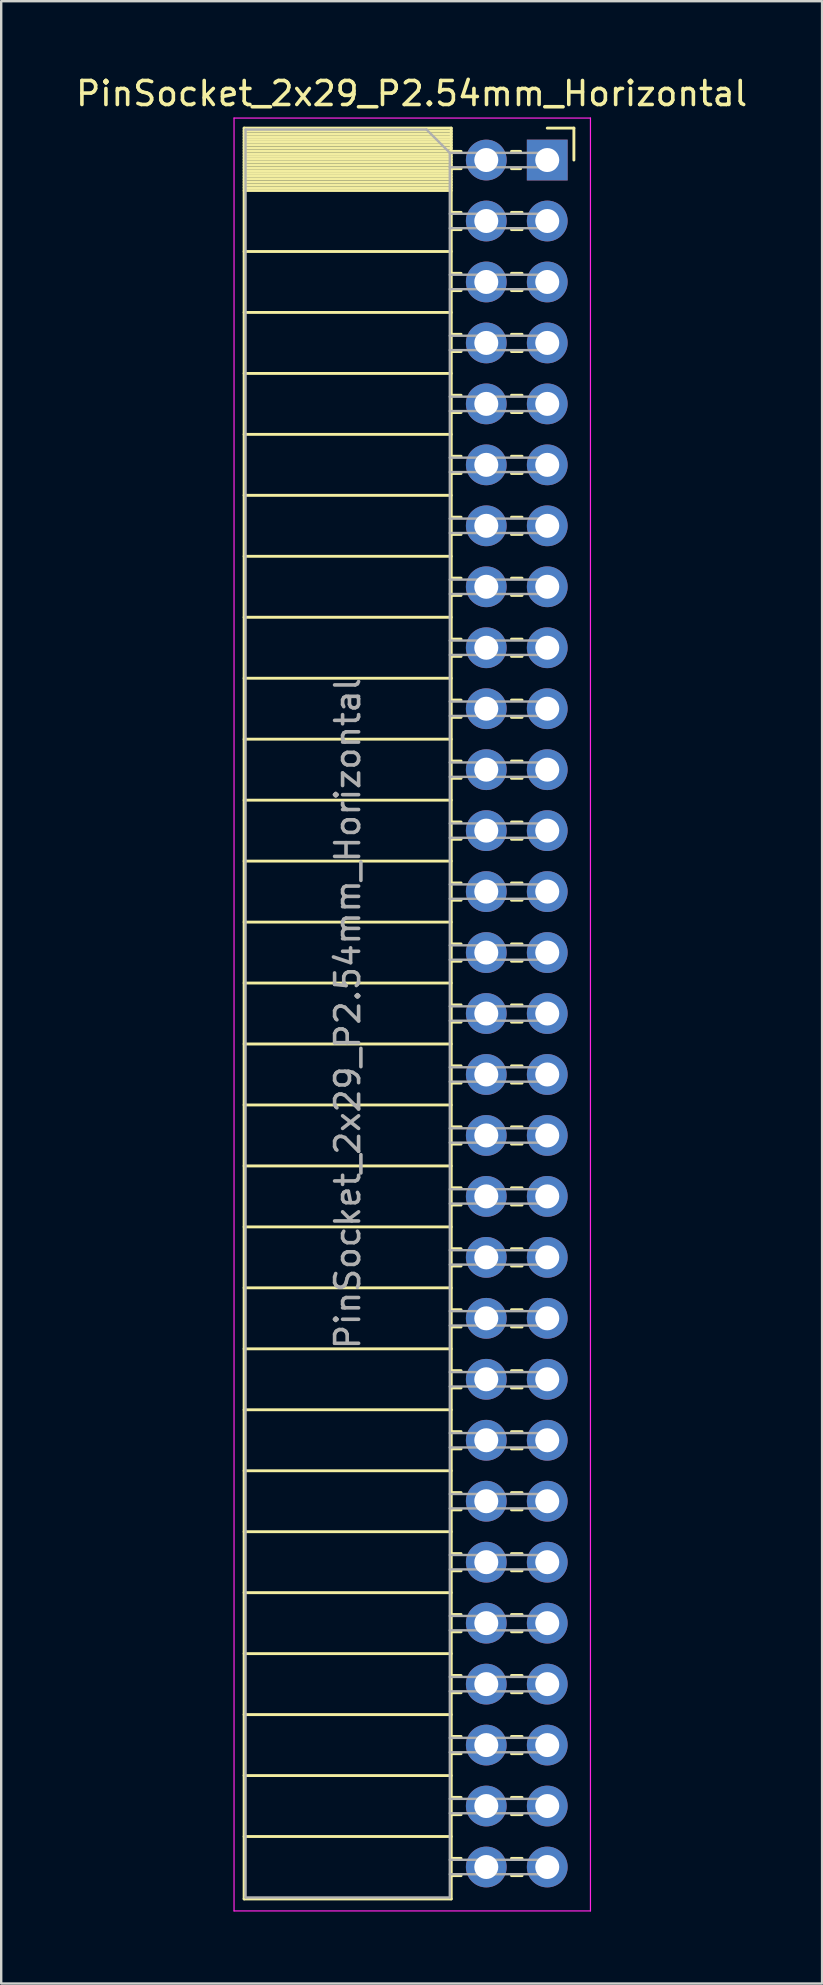
<source format=kicad_pcb>
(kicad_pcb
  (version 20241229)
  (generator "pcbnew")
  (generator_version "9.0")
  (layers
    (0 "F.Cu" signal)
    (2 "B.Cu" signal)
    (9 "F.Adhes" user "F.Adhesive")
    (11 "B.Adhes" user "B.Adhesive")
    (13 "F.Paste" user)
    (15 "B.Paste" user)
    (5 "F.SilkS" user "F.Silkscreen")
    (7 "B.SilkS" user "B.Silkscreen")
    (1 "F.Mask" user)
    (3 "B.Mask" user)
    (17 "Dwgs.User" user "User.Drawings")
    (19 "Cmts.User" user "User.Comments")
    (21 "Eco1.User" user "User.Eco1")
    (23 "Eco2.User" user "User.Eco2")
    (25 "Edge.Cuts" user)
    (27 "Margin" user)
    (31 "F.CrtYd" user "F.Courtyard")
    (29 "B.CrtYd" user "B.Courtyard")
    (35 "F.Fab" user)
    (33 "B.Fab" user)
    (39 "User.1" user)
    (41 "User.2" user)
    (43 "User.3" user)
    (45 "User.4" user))
  (footprint "PinSocket_2x29_P2.54mm_Horizontal"
    (layer "F.Cu")
    (at 19.751 3.618)
    (property "Reference" "PinSocket_2x29_P2.54mm_Horizontal" (at -5.65 -2.77 0) (layer "F.SilkS") (effects (font (size 1 1) (thickness 0.15))))
    (attr through_hole)
    (fp_line (start -12.63 -1.33) (end -12.63 72.45) (stroke (width 0.12) (type solid)) (layer "F.SilkS"))
    (fp_line (start -12.63 -1.33) (end -4 -1.33) (stroke (width 0.12) (type solid)) (layer "F.SilkS"))
    (fp_line (start -12.63 -1.21) (end -4 -1.21) (stroke (width 0.12) (type solid)) (layer "F.SilkS"))
    (fp_line (start -12.63 -1.092) (end -4 -1.092) (stroke (width 0.12) (type solid)) (layer "F.SilkS"))
    (fp_line (start -12.63 -0.974) (end -4 -0.974) (stroke (width 0.12) (type solid)) (layer "F.SilkS"))
    (fp_line (start -12.63 -0.856) (end -4 -0.856) (stroke (width 0.12) (type solid)) (layer "F.SilkS"))
    (fp_line (start -12.63 -0.738) (end -4 -0.738) (stroke (width 0.12) (type solid)) (layer "F.SilkS"))
    (fp_line (start -12.63 -0.62) (end -4 -0.62) (stroke (width 0.12) (type solid)) (layer "F.SilkS"))
    (fp_line (start -12.63 -0.501) (end -4 -0.501) (stroke (width 0.12) (type solid)) (layer "F.SilkS"))
    (fp_line (start -12.63 -0.383) (end -4 -0.383) (stroke (width 0.12) (type solid)) (layer "F.SilkS"))
    (fp_line (start -12.63 -0.265) (end -4 -0.265) (stroke (width 0.12) (type solid)) (layer "F.SilkS"))
    (fp_line (start -12.63 -0.147) (end -4 -0.147) (stroke (width 0.12) (type solid)) (layer "F.SilkS"))
    (fp_line (start -12.63 -0.029) (end -4 -0.029) (stroke (width 0.12) (type solid)) (layer "F.SilkS"))
    (fp_line (start -12.63 0.089) (end -4 0.089) (stroke (width 0.12) (type solid)) (layer "F.SilkS"))
    (fp_line (start -12.63 0.207) (end -4 0.207) (stroke (width 0.12) (type solid)) (layer "F.SilkS"))
    (fp_line (start -12.63 0.325) (end -4 0.325) (stroke (width 0.12) (type solid)) (layer "F.SilkS"))
    (fp_line (start -12.63 0.443) (end -4 0.443) (stroke (width 0.12) (type solid)) (layer "F.SilkS"))
    (fp_line (start -12.63 0.561) (end -4 0.561) (stroke (width 0.12) (type solid)) (layer "F.SilkS"))
    (fp_line (start -12.63 0.68) (end -4 0.68) (stroke (width 0.12) (type solid)) (layer "F.SilkS"))
    (fp_line (start -12.63 0.798) (end -4 0.798) (stroke (width 0.12) (type solid)) (layer "F.SilkS"))
    (fp_line (start -12.63 0.916) (end -4 0.916) (stroke (width 0.12) (type solid)) (layer "F.SilkS"))
    (fp_line (start -12.63 1.034) (end -4 1.034) (stroke (width 0.12) (type solid)) (layer "F.SilkS"))
    (fp_line (start -12.63 1.152) (end -4 1.152) (stroke (width 0.12) (type solid)) (layer "F.SilkS"))
    (fp_line (start -12.63 1.27) (end -4 1.27) (stroke (width 0.12) (type solid)) (layer "F.SilkS"))
    (fp_line (start -12.63 3.81) (end -4 3.81) (stroke (width 0.12) (type solid)) (layer "F.SilkS"))
    (fp_line (start -12.63 6.35) (end -4 6.35) (stroke (width 0.12) (type solid)) (layer "F.SilkS"))
    (fp_line (start -12.63 8.89) (end -4 8.89) (stroke (width 0.12) (type solid)) (layer "F.SilkS"))
    (fp_line (start -12.63 11.43) (end -4 11.43) (stroke (width 0.12) (type solid)) (layer "F.SilkS"))
    (fp_line (start -12.63 13.97) (end -4 13.97) (stroke (width 0.12) (type solid)) (layer "F.SilkS"))
    (fp_line (start -12.63 16.51) (end -4 16.51) (stroke (width 0.12) (type solid)) (layer "F.SilkS"))
    (fp_line (start -12.63 19.05) (end -4 19.05) (stroke (width 0.12) (type solid)) (layer "F.SilkS"))
    (fp_line (start -12.63 21.59) (end -4 21.59) (stroke (width 0.12) (type solid)) (layer "F.SilkS"))
    (fp_line (start -12.63 24.13) (end -4 24.13) (stroke (width 0.12) (type solid)) (layer "F.SilkS"))
    (fp_line (start -12.63 26.67) (end -4 26.67) (stroke (width 0.12) (type solid)) (layer "F.SilkS"))
    (fp_line (start -12.63 29.21) (end -4 29.21) (stroke (width 0.12) (type solid)) (layer "F.SilkS"))
    (fp_line (start -12.63 31.75) (end -4 31.75) (stroke (width 0.12) (type solid)) (layer "F.SilkS"))
    (fp_line (start -12.63 34.29) (end -4 34.29) (stroke (width 0.12) (type solid)) (layer "F.SilkS"))
    (fp_line (start -12.63 36.83) (end -4 36.83) (stroke (width 0.12) (type solid)) (layer "F.SilkS"))
    (fp_line (start -12.63 39.37) (end -4 39.37) (stroke (width 0.12) (type solid)) (layer "F.SilkS"))
    (fp_line (start -12.63 41.91) (end -4 41.91) (stroke (width 0.12) (type solid)) (layer "F.SilkS"))
    (fp_line (start -12.63 44.45) (end -4 44.45) (stroke (width 0.12) (type solid)) (layer "F.SilkS"))
    (fp_line (start -12.63 46.99) (end -4 46.99) (stroke (width 0.12) (type solid)) (layer "F.SilkS"))
    (fp_line (start -12.63 49.53) (end -4 49.53) (stroke (width 0.12) (type solid)) (layer "F.SilkS"))
    (fp_line (start -12.63 52.07) (end -4 52.07) (stroke (width 0.12) (type solid)) (layer "F.SilkS"))
    (fp_line (start -12.63 54.61) (end -4 54.61) (stroke (width 0.12) (type solid)) (layer "F.SilkS"))
    (fp_line (start -12.63 57.15) (end -4 57.15) (stroke (width 0.12) (type solid)) (layer "F.SilkS"))
    (fp_line (start -12.63 59.69) (end -4 59.69) (stroke (width 0.12) (type solid)) (layer "F.SilkS"))
    (fp_line (start -12.63 62.23) (end -4 62.23) (stroke (width 0.12) (type solid)) (layer "F.SilkS"))
    (fp_line (start -12.63 64.77) (end -4 64.77) (stroke (width 0.12) (type solid)) (layer "F.SilkS"))
    (fp_line (start -12.63 67.31) (end -4 67.31) (stroke (width 0.12) (type solid)) (layer "F.SilkS"))
    (fp_line (start -12.63 69.85) (end -4 69.85) (stroke (width 0.12) (type solid)) (layer "F.SilkS"))
    (fp_line (start -12.63 72.45) (end -4 72.45) (stroke (width 0.12) (type solid)) (layer "F.SilkS"))
    (fp_line (start -4 -1.33) (end -4 72.45) (stroke (width 0.12) (type solid)) (layer "F.SilkS"))
    (fp_line (start -4 -0.36) (end -3.59 -0.36) (stroke (width 0.12) (type solid)) (layer "F.SilkS"))
    (fp_line (start -4 0.36) (end -3.59 0.36) (stroke (width 0.12) (type solid)) (layer "F.SilkS"))
    (fp_line (start -4 2.18) (end -3.59 2.18) (stroke (width 0.12) (type solid)) (layer "F.SilkS"))
    (fp_line (start -4 2.9) (end -3.59 2.9) (stroke (width 0.12) (type solid)) (layer "F.SilkS"))
    (fp_line (start -4 4.72) (end -3.59 4.72) (stroke (width 0.12) (type solid)) (layer "F.SilkS"))
    (fp_line (start -4 5.44) (end -3.59 5.44) (stroke (width 0.12) (type solid)) (layer "F.SilkS"))
    (fp_line (start -4 7.26) (end -3.59 7.26) (stroke (width 0.12) (type solid)) (layer "F.SilkS"))
    (fp_line (start -4 7.98) (end -3.59 7.98) (stroke (width 0.12) (type solid)) (layer "F.SilkS"))
    (fp_line (start -4 9.8) (end -3.59 9.8) (stroke (width 0.12) (type solid)) (layer "F.SilkS"))
    (fp_line (start -4 10.52) (end -3.59 10.52) (stroke (width 0.12) (type solid)) (layer "F.SilkS"))
    (fp_line (start -4 12.34) (end -3.59 12.34) (stroke (width 0.12) (type solid)) (layer "F.SilkS"))
    (fp_line (start -4 13.06) (end -3.59 13.06) (stroke (width 0.12) (type solid)) (layer "F.SilkS"))
    (fp_line (start -4 14.88) (end -3.59 14.88) (stroke (width 0.12) (type solid)) (layer "F.SilkS"))
    (fp_line (start -4 15.6) (end -3.59 15.6) (stroke (width 0.12) (type solid)) (layer "F.SilkS"))
    (fp_line (start -4 17.42) (end -3.59 17.42) (stroke (width 0.12) (type solid)) (layer "F.SilkS"))
    (fp_line (start -4 18.14) (end -3.59 18.14) (stroke (width 0.12) (type solid)) (layer "F.SilkS"))
    (fp_line (start -4 19.96) (end -3.59 19.96) (stroke (width 0.12) (type solid)) (layer "F.SilkS"))
    (fp_line (start -4 20.68) (end -3.59 20.68) (stroke (width 0.12) (type solid)) (layer "F.SilkS"))
    (fp_line (start -4 22.5) (end -3.59 22.5) (stroke (width 0.12) (type solid)) (layer "F.SilkS"))
    (fp_line (start -4 23.22) (end -3.59 23.22) (stroke (width 0.12) (type solid)) (layer "F.SilkS"))
    (fp_line (start -4 25.04) (end -3.59 25.04) (stroke (width 0.12) (type solid)) (layer "F.SilkS"))
    (fp_line (start -4 25.76) (end -3.59 25.76) (stroke (width 0.12) (type solid)) (layer "F.SilkS"))
    (fp_line (start -4 27.58) (end -3.59 27.58) (stroke (width 0.12) (type solid)) (layer "F.SilkS"))
    (fp_line (start -4 28.3) (end -3.59 28.3) (stroke (width 0.12) (type solid)) (layer "F.SilkS"))
    (fp_line (start -4 30.12) (end -3.59 30.12) (stroke (width 0.12) (type solid)) (layer "F.SilkS"))
    (fp_line (start -4 30.84) (end -3.59 30.84) (stroke (width 0.12) (type solid)) (layer "F.SilkS"))
    (fp_line (start -4 32.66) (end -3.59 32.66) (stroke (width 0.12) (type solid)) (layer "F.SilkS"))
    (fp_line (start -4 33.38) (end -3.59 33.38) (stroke (width 0.12) (type solid)) (layer "F.SilkS"))
    (fp_line (start -4 35.2) (end -3.59 35.2) (stroke (width 0.12) (type solid)) (layer "F.SilkS"))
    (fp_line (start -4 35.92) (end -3.59 35.92) (stroke (width 0.12) (type solid)) (layer "F.SilkS"))
    (fp_line (start -4 37.74) (end -3.59 37.74) (stroke (width 0.12) (type solid)) (layer "F.SilkS"))
    (fp_line (start -4 38.46) (end -3.59 38.46) (stroke (width 0.12) (type solid)) (layer "F.SilkS"))
    (fp_line (start -4 40.28) (end -3.59 40.28) (stroke (width 0.12) (type solid)) (layer "F.SilkS"))
    (fp_line (start -4 41) (end -3.59 41) (stroke (width 0.12) (type solid)) (layer "F.SilkS"))
    (fp_line (start -4 42.82) (end -3.59 42.82) (stroke (width 0.12) (type solid)) (layer "F.SilkS"))
    (fp_line (start -4 43.54) (end -3.59 43.54) (stroke (width 0.12) (type solid)) (layer "F.SilkS"))
    (fp_line (start -4 45.36) (end -3.59 45.36) (stroke (width 0.12) (type solid)) (layer "F.SilkS"))
    (fp_line (start -4 46.08) (end -3.59 46.08) (stroke (width 0.12) (type solid)) (layer "F.SilkS"))
    (fp_line (start -4 47.9) (end -3.59 47.9) (stroke (width 0.12) (type solid)) (layer "F.SilkS"))
    (fp_line (start -4 48.62) (end -3.59 48.62) (stroke (width 0.12) (type solid)) (layer "F.SilkS"))
    (fp_line (start -4 50.44) (end -3.59 50.44) (stroke (width 0.12) (type solid)) (layer "F.SilkS"))
    (fp_line (start -4 51.16) (end -3.59 51.16) (stroke (width 0.12) (type solid)) (layer "F.SilkS"))
    (fp_line (start -4 52.98) (end -3.59 52.98) (stroke (width 0.12) (type solid)) (layer "F.SilkS"))
    (fp_line (start -4 53.7) (end -3.59 53.7) (stroke (width 0.12) (type solid)) (layer "F.SilkS"))
    (fp_line (start -4 55.52) (end -3.59 55.52) (stroke (width 0.12) (type solid)) (layer "F.SilkS"))
    (fp_line (start -4 56.24) (end -3.59 56.24) (stroke (width 0.12) (type solid)) (layer "F.SilkS"))
    (fp_line (start -4 58.06) (end -3.59 58.06) (stroke (width 0.12) (type solid)) (layer "F.SilkS"))
    (fp_line (start -4 58.78) (end -3.59 58.78) (stroke (width 0.12) (type solid)) (layer "F.SilkS"))
    (fp_line (start -4 60.6) (end -3.59 60.6) (stroke (width 0.12) (type solid)) (layer "F.SilkS"))
    (fp_line (start -4 61.32) (end -3.59 61.32) (stroke (width 0.12) (type solid)) (layer "F.SilkS"))
    (fp_line (start -4 63.14) (end -3.59 63.14) (stroke (width 0.12) (type solid)) (layer "F.SilkS"))
    (fp_line (start -4 63.86) (end -3.59 63.86) (stroke (width 0.12) (type solid)) (layer "F.SilkS"))
    (fp_line (start -4 65.68) (end -3.59 65.68) (stroke (width 0.12) (type solid)) (layer "F.SilkS"))
    (fp_line (start -4 66.4) (end -3.59 66.4) (stroke (width 0.12) (type solid)) (layer "F.SilkS"))
    (fp_line (start -4 68.22) (end -3.59 68.22) (stroke (width 0.12) (type solid)) (layer "F.SilkS"))
    (fp_line (start -4 68.94) (end -3.59 68.94) (stroke (width 0.12) (type solid)) (layer "F.SilkS"))
    (fp_line (start -4 70.76) (end -3.59 70.76) (stroke (width 0.12) (type solid)) (layer "F.SilkS"))
    (fp_line (start -4 71.48) (end -3.59 71.48) (stroke (width 0.12) (type solid)) (layer "F.SilkS"))
    (fp_line (start -1.49 -0.36) (end -1.11 -0.36) (stroke (width 0.12) (type solid)) (layer "F.SilkS"))
    (fp_line (start -1.49 0.36) (end -1.11 0.36) (stroke (width 0.12) (type solid)) (layer "F.SilkS"))
    (fp_line (start -1.49 2.18) (end -1.05 2.18) (stroke (width 0.12) (type solid)) (layer "F.SilkS"))
    (fp_line (start -1.49 2.9) (end -1.05 2.9) (stroke (width 0.12) (type solid)) (layer "F.SilkS"))
    (fp_line (start -1.49 4.72) (end -1.05 4.72) (stroke (width 0.12) (type solid)) (layer "F.SilkS"))
    (fp_line (start -1.49 5.44) (end -1.05 5.44) (stroke (width 0.12) (type solid)) (layer "F.SilkS"))
    (fp_line (start -1.49 7.26) (end -1.05 7.26) (stroke (width 0.12) (type solid)) (layer "F.SilkS"))
    (fp_line (start -1.49 7.98) (end -1.05 7.98) (stroke (width 0.12) (type solid)) (layer "F.SilkS"))
    (fp_line (start -1.49 9.8) (end -1.05 9.8) (stroke (width 0.12) (type solid)) (layer "F.SilkS"))
    (fp_line (start -1.49 10.52) (end -1.05 10.52) (stroke (width 0.12) (type solid)) (layer "F.SilkS"))
    (fp_line (start -1.49 12.34) (end -1.05 12.34) (stroke (width 0.12) (type solid)) (layer "F.SilkS"))
    (fp_line (start -1.49 13.06) (end -1.05 13.06) (stroke (width 0.12) (type solid)) (layer "F.SilkS"))
    (fp_line (start -1.49 14.88) (end -1.05 14.88) (stroke (width 0.12) (type solid)) (layer "F.SilkS"))
    (fp_line (start -1.49 15.6) (end -1.05 15.6) (stroke (width 0.12) (type solid)) (layer "F.SilkS"))
    (fp_line (start -1.49 17.42) (end -1.05 17.42) (stroke (width 0.12) (type solid)) (layer "F.SilkS"))
    (fp_line (start -1.49 18.14) (end -1.05 18.14) (stroke (width 0.12) (type solid)) (layer "F.SilkS"))
    (fp_line (start -1.49 19.96) (end -1.05 19.96) (stroke (width 0.12) (type solid)) (layer "F.SilkS"))
    (fp_line (start -1.49 20.68) (end -1.05 20.68) (stroke (width 0.12) (type solid)) (layer "F.SilkS"))
    (fp_line (start -1.49 22.5) (end -1.05 22.5) (stroke (width 0.12) (type solid)) (layer "F.SilkS"))
    (fp_line (start -1.49 23.22) (end -1.05 23.22) (stroke (width 0.12) (type solid)) (layer "F.SilkS"))
    (fp_line (start -1.49 25.04) (end -1.05 25.04) (stroke (width 0.12) (type solid)) (layer "F.SilkS"))
    (fp_line (start -1.49 25.76) (end -1.05 25.76) (stroke (width 0.12) (type solid)) (layer "F.SilkS"))
    (fp_line (start -1.49 27.58) (end -1.05 27.58) (stroke (width 0.12) (type solid)) (layer "F.SilkS"))
    (fp_line (start -1.49 28.3) (end -1.05 28.3) (stroke (width 0.12) (type solid)) (layer "F.SilkS"))
    (fp_line (start -1.49 30.12) (end -1.05 30.12) (stroke (width 0.12) (type solid)) (layer "F.SilkS"))
    (fp_line (start -1.49 30.84) (end -1.05 30.84) (stroke (width 0.12) (type solid)) (layer "F.SilkS"))
    (fp_line (start -1.49 32.66) (end -1.05 32.66) (stroke (width 0.12) (type solid)) (layer "F.SilkS"))
    (fp_line (start -1.49 33.38) (end -1.05 33.38) (stroke (width 0.12) (type solid)) (layer "F.SilkS"))
    (fp_line (start -1.49 35.2) (end -1.05 35.2) (stroke (width 0.12) (type solid)) (layer "F.SilkS"))
    (fp_line (start -1.49 35.92) (end -1.05 35.92) (stroke (width 0.12) (type solid)) (layer "F.SilkS"))
    (fp_line (start -1.49 37.74) (end -1.05 37.74) (stroke (width 0.12) (type solid)) (layer "F.SilkS"))
    (fp_line (start -1.49 38.46) (end -1.05 38.46) (stroke (width 0.12) (type solid)) (layer "F.SilkS"))
    (fp_line (start -1.49 40.28) (end -1.05 40.28) (stroke (width 0.12) (type solid)) (layer "F.SilkS"))
    (fp_line (start -1.49 41) (end -1.05 41) (stroke (width 0.12) (type solid)) (layer "F.SilkS"))
    (fp_line (start -1.49 42.82) (end -1.05 42.82) (stroke (width 0.12) (type solid)) (layer "F.SilkS"))
    (fp_line (start -1.49 43.54) (end -1.05 43.54) (stroke (width 0.12) (type solid)) (layer "F.SilkS"))
    (fp_line (start -1.49 45.36) (end -1.05 45.36) (stroke (width 0.12) (type solid)) (layer "F.SilkS"))
    (fp_line (start -1.49 46.08) (end -1.05 46.08) (stroke (width 0.12) (type solid)) (layer "F.SilkS"))
    (fp_line (start -1.49 47.9) (end -1.05 47.9) (stroke (width 0.12) (type solid)) (layer "F.SilkS"))
    (fp_line (start -1.49 48.62) (end -1.05 48.62) (stroke (width 0.12) (type solid)) (layer "F.SilkS"))
    (fp_line (start -1.49 50.44) (end -1.05 50.44) (stroke (width 0.12) (type solid)) (layer "F.SilkS"))
    (fp_line (start -1.49 51.16) (end -1.05 51.16) (stroke (width 0.12) (type solid)) (layer "F.SilkS"))
    (fp_line (start -1.49 52.98) (end -1.05 52.98) (stroke (width 0.12) (type solid)) (layer "F.SilkS"))
    (fp_line (start -1.49 53.7) (end -1.05 53.7) (stroke (width 0.12) (type solid)) (layer "F.SilkS"))
    (fp_line (start -1.49 55.52) (end -1.05 55.52) (stroke (width 0.12) (type solid)) (layer "F.SilkS"))
    (fp_line (start -1.49 56.24) (end -1.05 56.24) (stroke (width 0.12) (type solid)) (layer "F.SilkS"))
    (fp_line (start -1.49 58.06) (end -1.05 58.06) (stroke (width 0.12) (type solid)) (layer "F.SilkS"))
    (fp_line (start -1.49 58.78) (end -1.05 58.78) (stroke (width 0.12) (type solid)) (layer "F.SilkS"))
    (fp_line (start -1.49 60.6) (end -1.05 60.6) (stroke (width 0.12) (type solid)) (layer "F.SilkS"))
    (fp_line (start -1.49 61.32) (end -1.05 61.32) (stroke (width 0.12) (type solid)) (layer "F.SilkS"))
    (fp_line (start -1.49 63.14) (end -1.05 63.14) (stroke (width 0.12) (type solid)) (layer "F.SilkS"))
    (fp_line (start -1.49 63.86) (end -1.05 63.86) (stroke (width 0.12) (type solid)) (layer "F.SilkS"))
    (fp_line (start -1.49 65.68) (end -1.05 65.68) (stroke (width 0.12) (type solid)) (layer "F.SilkS"))
    (fp_line (start -1.49 66.4) (end -1.05 66.4) (stroke (width 0.12) (type solid)) (layer "F.SilkS"))
    (fp_line (start -1.49 68.22) (end -1.05 68.22) (stroke (width 0.12) (type solid)) (layer "F.SilkS"))
    (fp_line (start -1.49 68.94) (end -1.05 68.94) (stroke (width 0.12) (type solid)) (layer "F.SilkS"))
    (fp_line (start -1.49 70.76) (end -1.05 70.76) (stroke (width 0.12) (type solid)) (layer "F.SilkS"))
    (fp_line (start -1.49 71.48) (end -1.05 71.48) (stroke (width 0.12) (type solid)) (layer "F.SilkS"))
    (fp_line (start 0 -1.33) (end 1.11 -1.33) (stroke (width 0.12) (type solid)) (layer "F.SilkS"))
    (fp_line (start 1.11 -1.33) (end 1.11 0) (stroke (width 0.12) (type solid)) (layer "F.SilkS"))
    (fp_line (start -13.05 -1.75) (end -13.05 72.95) (stroke (width 0.05) (type solid)) (layer "F.CrtYd"))
    (fp_line (start -13.05 72.95) (end 1.8 72.95) (stroke (width 0.05) (type solid)) (layer "F.CrtYd"))
    (fp_line (start 1.8 -1.75) (end -13.05 -1.75) (stroke (width 0.05) (type solid)) (layer "F.CrtYd"))
    (fp_line (start 1.8 72.95) (end 1.8 -1.75) (stroke (width 0.05) (type solid)) (layer "F.CrtYd"))
    (fp_line (start -12.57 -1.27) (end -5.03 -1.27) (stroke (width 0.1) (type solid)) (layer "F.Fab"))
    (fp_line (start -12.57 72.39) (end -12.57 -1.27) (stroke (width 0.1) (type solid)) (layer "F.Fab"))
    (fp_line (start -5.03 -1.27) (end -4.06 -0.3) (stroke (width 0.1) (type solid)) (layer "F.Fab"))
    (fp_line (start -4.06 -0.3) (end -4.06 72.39) (stroke (width 0.1) (type solid)) (layer "F.Fab"))
    (fp_line (start -4.06 0.3) (end 0 0.3) (stroke (width 0.1) (type solid)) (layer "F.Fab"))
    (fp_line (start -4.06 2.84) (end 0 2.84) (stroke (width 0.1) (type solid)) (layer "F.Fab"))
    (fp_line (start -4.06 5.38) (end 0 5.38) (stroke (width 0.1) (type solid)) (layer "F.Fab"))
    (fp_line (start -4.06 7.92) (end 0 7.92) (stroke (width 0.1) (type solid)) (layer "F.Fab"))
    (fp_line (start -4.06 10.46) (end 0 10.46) (stroke (width 0.1) (type solid)) (layer "F.Fab"))
    (fp_line (start -4.06 13) (end 0 13) (stroke (width 0.1) (type solid)) (layer "F.Fab"))
    (fp_line (start -4.06 15.54) (end 0 15.54) (stroke (width 0.1) (type solid)) (layer "F.Fab"))
    (fp_line (start -4.06 18.08) (end 0 18.08) (stroke (width 0.1) (type solid)) (layer "F.Fab"))
    (fp_line (start -4.06 20.62) (end 0 20.62) (stroke (width 0.1) (type solid)) (layer "F.Fab"))
    (fp_line (start -4.06 23.16) (end 0 23.16) (stroke (width 0.1) (type solid)) (layer "F.Fab"))
    (fp_line (start -4.06 25.7) (end 0 25.7) (stroke (width 0.1) (type solid)) (layer "F.Fab"))
    (fp_line (start -4.06 28.24) (end 0 28.24) (stroke (width 0.1) (type solid)) (layer "F.Fab"))
    (fp_line (start -4.06 30.78) (end 0 30.78) (stroke (width 0.1) (type solid)) (layer "F.Fab"))
    (fp_line (start -4.06 33.32) (end 0 33.32) (stroke (width 0.1) (type solid)) (layer "F.Fab"))
    (fp_line (start -4.06 35.86) (end 0 35.86) (stroke (width 0.1) (type solid)) (layer "F.Fab"))
    (fp_line (start -4.06 38.4) (end 0 38.4) (stroke (width 0.1) (type solid)) (layer "F.Fab"))
    (fp_line (start -4.06 40.94) (end 0 40.94) (stroke (width 0.1) (type solid)) (layer "F.Fab"))
    (fp_line (start -4.06 43.48) (end 0 43.48) (stroke (width 0.1) (type solid)) (layer "F.Fab"))
    (fp_line (start -4.06 46.02) (end 0 46.02) (stroke (width 0.1) (type solid)) (layer "F.Fab"))
    (fp_line (start -4.06 48.56) (end 0 48.56) (stroke (width 0.1) (type solid)) (layer "F.Fab"))
    (fp_line (start -4.06 51.1) (end 0 51.1) (stroke (width 0.1) (type solid)) (layer "F.Fab"))
    (fp_line (start -4.06 53.64) (end 0 53.64) (stroke (width 0.1) (type solid)) (layer "F.Fab"))
    (fp_line (start -4.06 56.18) (end 0 56.18) (stroke (width 0.1) (type solid)) (layer "F.Fab"))
    (fp_line (start -4.06 58.72) (end 0 58.72) (stroke (width 0.1) (type solid)) (layer "F.Fab"))
    (fp_line (start -4.06 61.26) (end 0 61.26) (stroke (width 0.1) (type solid)) (layer "F.Fab"))
    (fp_line (start -4.06 63.8) (end 0 63.8) (stroke (width 0.1) (type solid)) (layer "F.Fab"))
    (fp_line (start -4.06 66.34) (end 0 66.34) (stroke (width 0.1) (type solid)) (layer "F.Fab"))
    (fp_line (start -4.06 68.88) (end 0 68.88) (stroke (width 0.1) (type solid)) (layer "F.Fab"))
    (fp_line (start -4.06 71.42) (end 0 71.42) (stroke (width 0.1) (type solid)) (layer "F.Fab"))
    (fp_line (start -4.06 72.39) (end -12.57 72.39) (stroke (width 0.1) (type solid)) (layer "F.Fab"))
    (fp_line (start 0 -0.3) (end -4.06 -0.3) (stroke (width 0.1) (type solid)) (layer "F.Fab"))
    (fp_line (start 0 0.3) (end 0 -0.3) (stroke (width 0.1) (type solid)) (layer "F.Fab"))
    (fp_line (start 0 2.24) (end -4.06 2.24) (stroke (width 0.1) (type solid)) (layer "F.Fab"))
    (fp_line (start 0 2.84) (end 0 2.24) (stroke (width 0.1) (type solid)) (layer "F.Fab"))
    (fp_line (start 0 4.78) (end -4.06 4.78) (stroke (width 0.1) (type solid)) (layer "F.Fab"))
    (fp_line (start 0 5.38) (end 0 4.78) (stroke (width 0.1) (type solid)) (layer "F.Fab"))
    (fp_line (start 0 7.32) (end -4.06 7.32) (stroke (width 0.1) (type solid)) (layer "F.Fab"))
    (fp_line (start 0 7.92) (end 0 7.32) (stroke (width 0.1) (type solid)) (layer "F.Fab"))
    (fp_line (start 0 9.86) (end -4.06 9.86) (stroke (width 0.1) (type solid)) (layer "F.Fab"))
    (fp_line (start 0 10.46) (end 0 9.86) (stroke (width 0.1) (type solid)) (layer "F.Fab"))
    (fp_line (start 0 12.4) (end -4.06 12.4) (stroke (width 0.1) (type solid)) (layer "F.Fab"))
    (fp_line (start 0 13) (end 0 12.4) (stroke (width 0.1) (type solid)) (layer "F.Fab"))
    (fp_line (start 0 14.94) (end -4.06 14.94) (stroke (width 0.1) (type solid)) (layer "F.Fab"))
    (fp_line (start 0 15.54) (end 0 14.94) (stroke (width 0.1) (type solid)) (layer "F.Fab"))
    (fp_line (start 0 17.48) (end -4.06 17.48) (stroke (width 0.1) (type solid)) (layer "F.Fab"))
    (fp_line (start 0 18.08) (end 0 17.48) (stroke (width 0.1) (type solid)) (layer "F.Fab"))
    (fp_line (start 0 20.02) (end -4.06 20.02) (stroke (width 0.1) (type solid)) (layer "F.Fab"))
    (fp_line (start 0 20.62) (end 0 20.02) (stroke (width 0.1) (type solid)) (layer "F.Fab"))
    (fp_line (start 0 22.56) (end -4.06 22.56) (stroke (width 0.1) (type solid)) (layer "F.Fab"))
    (fp_line (start 0 23.16) (end 0 22.56) (stroke (width 0.1) (type solid)) (layer "F.Fab"))
    (fp_line (start 0 25.1) (end -4.06 25.1) (stroke (width 0.1) (type solid)) (layer "F.Fab"))
    (fp_line (start 0 25.7) (end 0 25.1) (stroke (width 0.1) (type solid)) (layer "F.Fab"))
    (fp_line (start 0 27.64) (end -4.06 27.64) (stroke (width 0.1) (type solid)) (layer "F.Fab"))
    (fp_line (start 0 28.24) (end 0 27.64) (stroke (width 0.1) (type solid)) (layer "F.Fab"))
    (fp_line (start 0 30.18) (end -4.06 30.18) (stroke (width 0.1) (type solid)) (layer "F.Fab"))
    (fp_line (start 0 30.78) (end 0 30.18) (stroke (width 0.1) (type solid)) (layer "F.Fab"))
    (fp_line (start 0 32.72) (end -4.06 32.72) (stroke (width 0.1) (type solid)) (layer "F.Fab"))
    (fp_line (start 0 33.32) (end 0 32.72) (stroke (width 0.1) (type solid)) (layer "F.Fab"))
    (fp_line (start 0 35.26) (end -4.06 35.26) (stroke (width 0.1) (type solid)) (layer "F.Fab"))
    (fp_line (start 0 35.86) (end 0 35.26) (stroke (width 0.1) (type solid)) (layer "F.Fab"))
    (fp_line (start 0 37.8) (end -4.06 37.8) (stroke (width 0.1) (type solid)) (layer "F.Fab"))
    (fp_line (start 0 38.4) (end 0 37.8) (stroke (width 0.1) (type solid)) (layer "F.Fab"))
    (fp_line (start 0 40.34) (end -4.06 40.34) (stroke (width 0.1) (type solid)) (layer "F.Fab"))
    (fp_line (start 0 40.94) (end 0 40.34) (stroke (width 0.1) (type solid)) (layer "F.Fab"))
    (fp_line (start 0 42.88) (end -4.06 42.88) (stroke (width 0.1) (type solid)) (layer "F.Fab"))
    (fp_line (start 0 43.48) (end 0 42.88) (stroke (width 0.1) (type solid)) (layer "F.Fab"))
    (fp_line (start 0 45.42) (end -4.06 45.42) (stroke (width 0.1) (type solid)) (layer "F.Fab"))
    (fp_line (start 0 46.02) (end 0 45.42) (stroke (width 0.1) (type solid)) (layer "F.Fab"))
    (fp_line (start 0 47.96) (end -4.06 47.96) (stroke (width 0.1) (type solid)) (layer "F.Fab"))
    (fp_line (start 0 48.56) (end 0 47.96) (stroke (width 0.1) (type solid)) (layer "F.Fab"))
    (fp_line (start 0 50.5) (end -4.06 50.5) (stroke (width 0.1) (type solid)) (layer "F.Fab"))
    (fp_line (start 0 51.1) (end 0 50.5) (stroke (width 0.1) (type solid)) (layer "F.Fab"))
    (fp_line (start 0 53.04) (end -4.06 53.04) (stroke (width 0.1) (type solid)) (layer "F.Fab"))
    (fp_line (start 0 53.64) (end 0 53.04) (stroke (width 0.1) (type solid)) (layer "F.Fab"))
    (fp_line (start 0 55.58) (end -4.06 55.58) (stroke (width 0.1) (type solid)) (layer "F.Fab"))
    (fp_line (start 0 56.18) (end 0 55.58) (stroke (width 0.1) (type solid)) (layer "F.Fab"))
    (fp_line (start 0 58.12) (end -4.06 58.12) (stroke (width 0.1) (type solid)) (layer "F.Fab"))
    (fp_line (start 0 58.72) (end 0 58.12) (stroke (width 0.1) (type solid)) (layer "F.Fab"))
    (fp_line (start 0 60.66) (end -4.06 60.66) (stroke (width 0.1) (type solid)) (layer "F.Fab"))
    (fp_line (start 0 61.26) (end 0 60.66) (stroke (width 0.1) (type solid)) (layer "F.Fab"))
    (fp_line (start 0 63.2) (end -4.06 63.2) (stroke (width 0.1) (type solid)) (layer "F.Fab"))
    (fp_line (start 0 63.8) (end 0 63.2) (stroke (width 0.1) (type solid)) (layer "F.Fab"))
    (fp_line (start 0 65.74) (end -4.06 65.74) (stroke (width 0.1) (type solid)) (layer "F.Fab"))
    (fp_line (start 0 66.34) (end 0 65.74) (stroke (width 0.1) (type solid)) (layer "F.Fab"))
    (fp_line (start 0 68.28) (end -4.06 68.28) (stroke (width 0.1) (type solid)) (layer "F.Fab"))
    (fp_line (start 0 68.88) (end 0 68.28) (stroke (width 0.1) (type solid)) (layer "F.Fab"))
    (fp_line (start 0 70.82) (end -4.06 70.82) (stroke (width 0.1) (type solid)) (layer "F.Fab"))
    (fp_line (start 0 71.42) (end 0 70.82) (stroke (width 0.1) (type solid)) (layer "F.Fab"))
    (fp_text user "${REFERENCE}" (at -8.315 35.56 90) (layer "F.Fab") (effects (font (size 1 1) (thickness 0.15))))
    (pad "1" thru_hole rect (at 0 0) (size 1.7 1.7) (drill 1) (layers "*.Cu" "*.Mask"))
    (pad "2" thru_hole oval (at -2.54 0) (size 1.7 1.7) (drill 1) (layers "*.Cu" "*.Mask"))
    (pad "3" thru_hole oval (at 0 2.54) (size 1.7 1.7) (drill 1) (layers "*.Cu" "*.Mask"))
    (pad "4" thru_hole oval (at -2.54 2.54) (size 1.7 1.7) (drill 1) (layers "*.Cu" "*.Mask"))
    (pad "5" thru_hole oval (at 0 5.08) (size 1.7 1.7) (drill 1) (layers "*.Cu" "*.Mask"))
    (pad "6" thru_hole oval (at -2.54 5.08) (size 1.7 1.7) (drill 1) (layers "*.Cu" "*.Mask"))
    (pad "7" thru_hole oval (at 0 7.62) (size 1.7 1.7) (drill 1) (layers "*.Cu" "*.Mask"))
    (pad "8" thru_hole oval (at -2.54 7.62) (size 1.7 1.7) (drill 1) (layers "*.Cu" "*.Mask"))
    (pad "9" thru_hole oval (at 0 10.16) (size 1.7 1.7) (drill 1) (layers "*.Cu" "*.Mask"))
    (pad "10" thru_hole oval (at -2.54 10.16) (size 1.7 1.7) (drill 1) (layers "*.Cu" "*.Mask"))
    (pad "11" thru_hole oval (at 0 12.7) (size 1.7 1.7) (drill 1) (layers "*.Cu" "*.Mask"))
    (pad "12" thru_hole oval (at -2.54 12.7) (size 1.7 1.7) (drill 1) (layers "*.Cu" "*.Mask"))
    (pad "13" thru_hole oval (at 0 15.24) (size 1.7 1.7) (drill 1) (layers "*.Cu" "*.Mask"))
    (pad "14" thru_hole oval (at -2.54 15.24) (size 1.7 1.7) (drill 1) (layers "*.Cu" "*.Mask"))
    (pad "15" thru_hole oval (at 0 17.78) (size 1.7 1.7) (drill 1) (layers "*.Cu" "*.Mask"))
    (pad "16" thru_hole oval (at -2.54 17.78) (size 1.7 1.7) (drill 1) (layers "*.Cu" "*.Mask"))
    (pad "17" thru_hole oval (at 0 20.32) (size 1.7 1.7) (drill 1) (layers "*.Cu" "*.Mask"))
    (pad "18" thru_hole oval (at -2.54 20.32) (size 1.7 1.7) (drill 1) (layers "*.Cu" "*.Mask"))
    (pad "19" thru_hole oval (at 0 22.86) (size 1.7 1.7) (drill 1) (layers "*.Cu" "*.Mask"))
    (pad "20" thru_hole oval (at -2.54 22.86) (size 1.7 1.7) (drill 1) (layers "*.Cu" "*.Mask"))
    (pad "21" thru_hole oval (at 0 25.4) (size 1.7 1.7) (drill 1) (layers "*.Cu" "*.Mask"))
    (pad "22" thru_hole oval (at -2.54 25.4) (size 1.7 1.7) (drill 1) (layers "*.Cu" "*.Mask"))
    (pad "23" thru_hole oval (at 0 27.94) (size 1.7 1.7) (drill 1) (layers "*.Cu" "*.Mask"))
    (pad "24" thru_hole oval (at -2.54 27.94) (size 1.7 1.7) (drill 1) (layers "*.Cu" "*.Mask"))
    (pad "25" thru_hole oval (at 0 30.48) (size 1.7 1.7) (drill 1) (layers "*.Cu" "*.Mask"))
    (pad "26" thru_hole oval (at -2.54 30.48) (size 1.7 1.7) (drill 1) (layers "*.Cu" "*.Mask"))
    (pad "27" thru_hole oval (at 0 33.02) (size 1.7 1.7) (drill 1) (layers "*.Cu" "*.Mask"))
    (pad "28" thru_hole oval (at -2.54 33.02) (size 1.7 1.7) (drill 1) (layers "*.Cu" "*.Mask"))
    (pad "29" thru_hole oval (at 0 35.56) (size 1.7 1.7) (drill 1) (layers "*.Cu" "*.Mask"))
    (pad "30" thru_hole oval (at -2.54 35.56) (size 1.7 1.7) (drill 1) (layers "*.Cu" "*.Mask"))
    (pad "31" thru_hole oval (at 0 38.1) (size 1.7 1.7) (drill 1) (layers "*.Cu" "*.Mask"))
    (pad "32" thru_hole oval (at -2.54 38.1) (size 1.7 1.7) (drill 1) (layers "*.Cu" "*.Mask"))
    (pad "33" thru_hole oval (at 0 40.64) (size 1.7 1.7) (drill 1) (layers "*.Cu" "*.Mask"))
    (pad "34" thru_hole oval (at -2.54 40.64) (size 1.7 1.7) (drill 1) (layers "*.Cu" "*.Mask"))
    (pad "35" thru_hole oval (at 0 43.18) (size 1.7 1.7) (drill 1) (layers "*.Cu" "*.Mask"))
    (pad "36" thru_hole oval (at -2.54 43.18) (size 1.7 1.7) (drill 1) (layers "*.Cu" "*.Mask"))
    (pad "37" thru_hole oval (at 0 45.72) (size 1.7 1.7) (drill 1) (layers "*.Cu" "*.Mask"))
    (pad "38" thru_hole oval (at -2.54 45.72) (size 1.7 1.7) (drill 1) (layers "*.Cu" "*.Mask"))
    (pad "39" thru_hole oval (at 0 48.26) (size 1.7 1.7) (drill 1) (layers "*.Cu" "*.Mask"))
    (pad "40" thru_hole oval (at -2.54 48.26) (size 1.7 1.7) (drill 1) (layers "*.Cu" "*.Mask"))
    (pad "41" thru_hole oval (at 0 50.8) (size 1.7 1.7) (drill 1) (layers "*.Cu" "*.Mask"))
    (pad "42" thru_hole oval (at -2.54 50.8) (size 1.7 1.7) (drill 1) (layers "*.Cu" "*.Mask"))
    (pad "43" thru_hole oval (at 0 53.34) (size 1.7 1.7) (drill 1) (layers "*.Cu" "*.Mask"))
    (pad "44" thru_hole oval (at -2.54 53.34) (size 1.7 1.7) (drill 1) (layers "*.Cu" "*.Mask"))
    (pad "45" thru_hole oval (at 0 55.88) (size 1.7 1.7) (drill 1) (layers "*.Cu" "*.Mask"))
    (pad "46" thru_hole oval (at -2.54 55.88) (size 1.7 1.7) (drill 1) (layers "*.Cu" "*.Mask"))
    (pad "47" thru_hole oval (at 0 58.42) (size 1.7 1.7) (drill 1) (layers "*.Cu" "*.Mask"))
    (pad "48" thru_hole oval (at -2.54 58.42) (size 1.7 1.7) (drill 1) (layers "*.Cu" "*.Mask"))
    (pad "49" thru_hole oval (at 0 60.96) (size 1.7 1.7) (drill 1) (layers "*.Cu" "*.Mask"))
    (pad "50" thru_hole oval (at -2.54 60.96) (size 1.7 1.7) (drill 1) (layers "*.Cu" "*.Mask"))
    (pad "51" thru_hole oval (at 0 63.5) (size 1.7 1.7) (drill 1) (layers "*.Cu" "*.Mask"))
    (pad "52" thru_hole oval (at -2.54 63.5) (size 1.7 1.7) (drill 1) (layers "*.Cu" "*.Mask"))
    (pad "53" thru_hole oval (at 0 66.04) (size 1.7 1.7) (drill 1) (layers "*.Cu" "*.Mask"))
    (pad "54" thru_hole oval (at -2.54 66.04) (size 1.7 1.7) (drill 1) (layers "*.Cu" "*.Mask"))
    (pad "55" thru_hole oval (at 0 68.58) (size 1.7 1.7) (drill 1) (layers "*.Cu" "*.Mask"))
    (pad "56" thru_hole oval (at -2.54 68.58) (size 1.7 1.7) (drill 1) (layers "*.Cu" "*.Mask"))
    (pad "57" thru_hole oval (at 0 71.12) (size 1.7 1.7) (drill 1) (layers "*.Cu" "*.Mask"))
    (pad "58" thru_hole oval (at -2.54 71.12) (size 1.7 1.7) (drill 1) (layers "*.Cu" "*.Mask")))
  (gr_rect
    (start -3 -3)
    (end 31.202 79.593)
    (stroke (width 0.1) (type default))
    (fill no)
    (layer "Edge.Cuts")))
</source>
